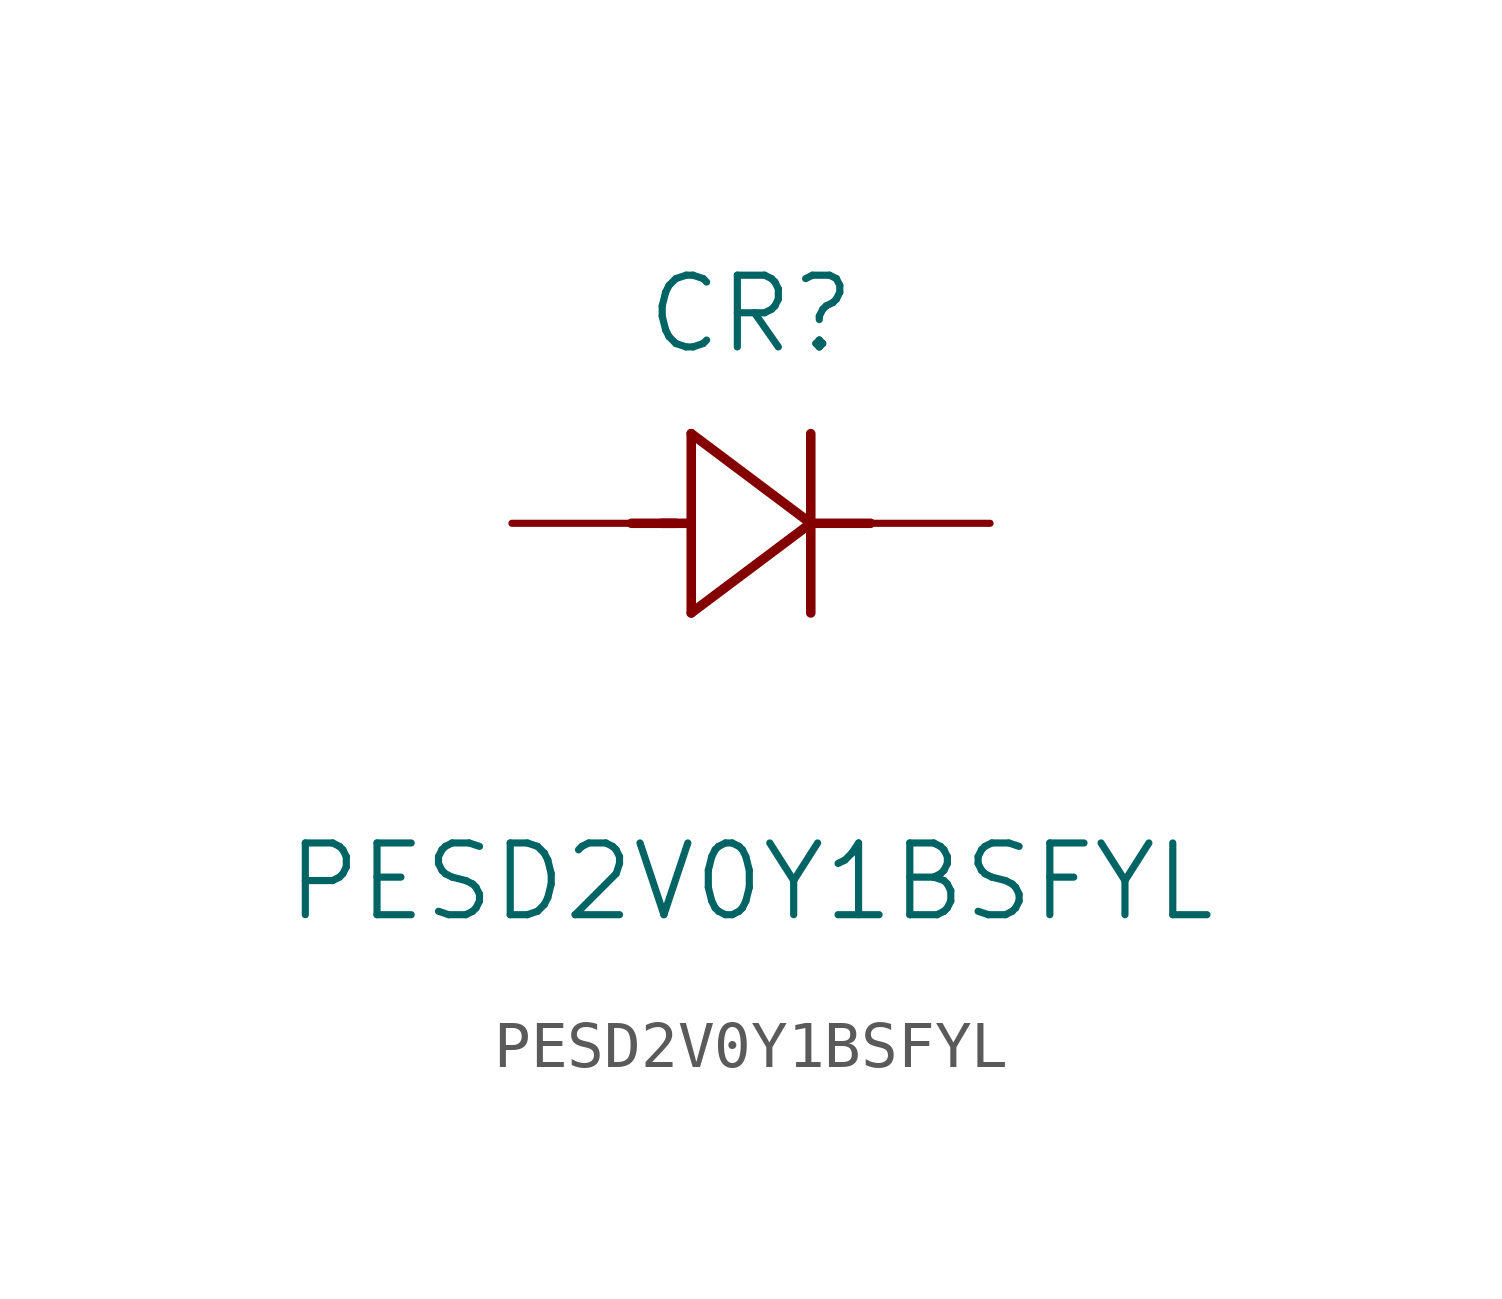
<source format=kicad_sym>
(kicad_symbol_lib
  (version 20211014)
  (generator kicad_symbol_editor)
  (symbol "PESD2V0Y1BSFYL"
    (pin_numbers hide)
    (pin_names
      (offset -1.651) hide)
    (property "Reference" "CR"
      (at 5.08 4.445 0)
      (effects (font (size 1.524 1.524))))
    (property "Value" "PESD2V0Y1BSFYL"
      (at 5.08 -7.62 0)
      (effects (font (size 1.524 1.524))))
    (property "Datasheet" ""
      (at 0 0 0)
      (effects (font (size 1.524 1.524))))
    (property "ki_locked" ""
      (at 0 0 0)
      (effects (font (size 1.27 1.27))))
    (symbol "PESD2V0Y1BSFYL_1_1"
      (polyline (pts (xy 2.54 0) (xy 3.48 0)) (stroke (width 0.203) (type default) (color 0 0 0 0)) (fill (type none)))
      (polyline (pts (xy 3.175 0) (xy 3.81 0)) (stroke (width 0.203) (type default) (color 0 0 0 0)) (fill (type none)))
      (polyline (pts (xy 3.81 -1.905) (xy 6.35 0)) (stroke (width 0.203) (type default) (color 0 0 0 0)) (fill (type none)))
      (polyline (pts (xy 3.81 1.905) (xy 3.81 -1.905)) (stroke (width 0.203) (type default) (color 0 0 0 0)) (fill (type none)))
      (polyline (pts (xy 6.35 -1.905) (xy 6.35 1.905)) (stroke (width 0.203) (type default) (color 0 0 0 0)) (fill (type none)))
      (polyline (pts (xy 6.35 0) (xy 3.81 1.905)) (stroke (width 0.203) (type default) (color 0 0 0 0)) (fill (type none)))
      (polyline (pts (xy 6.35 0) (xy 7.62 0)) (stroke (width 0.203) (type default) (color 0 0 0 0)) (fill (type none)))
      (pin unspecified line (at 10.16 0 180) (length 2.54) (name "1" (effects (font (size 1.499 1.499)))) (number "1" (effects (font (size 1.499 1.499)))))
      (pin unspecified line (at 0 0 0) (length 2.54) (name "2" (effects (font (size 1.499 1.499)))) (number "2" (effects (font (size 1.499 1.499))))))))
</source>
